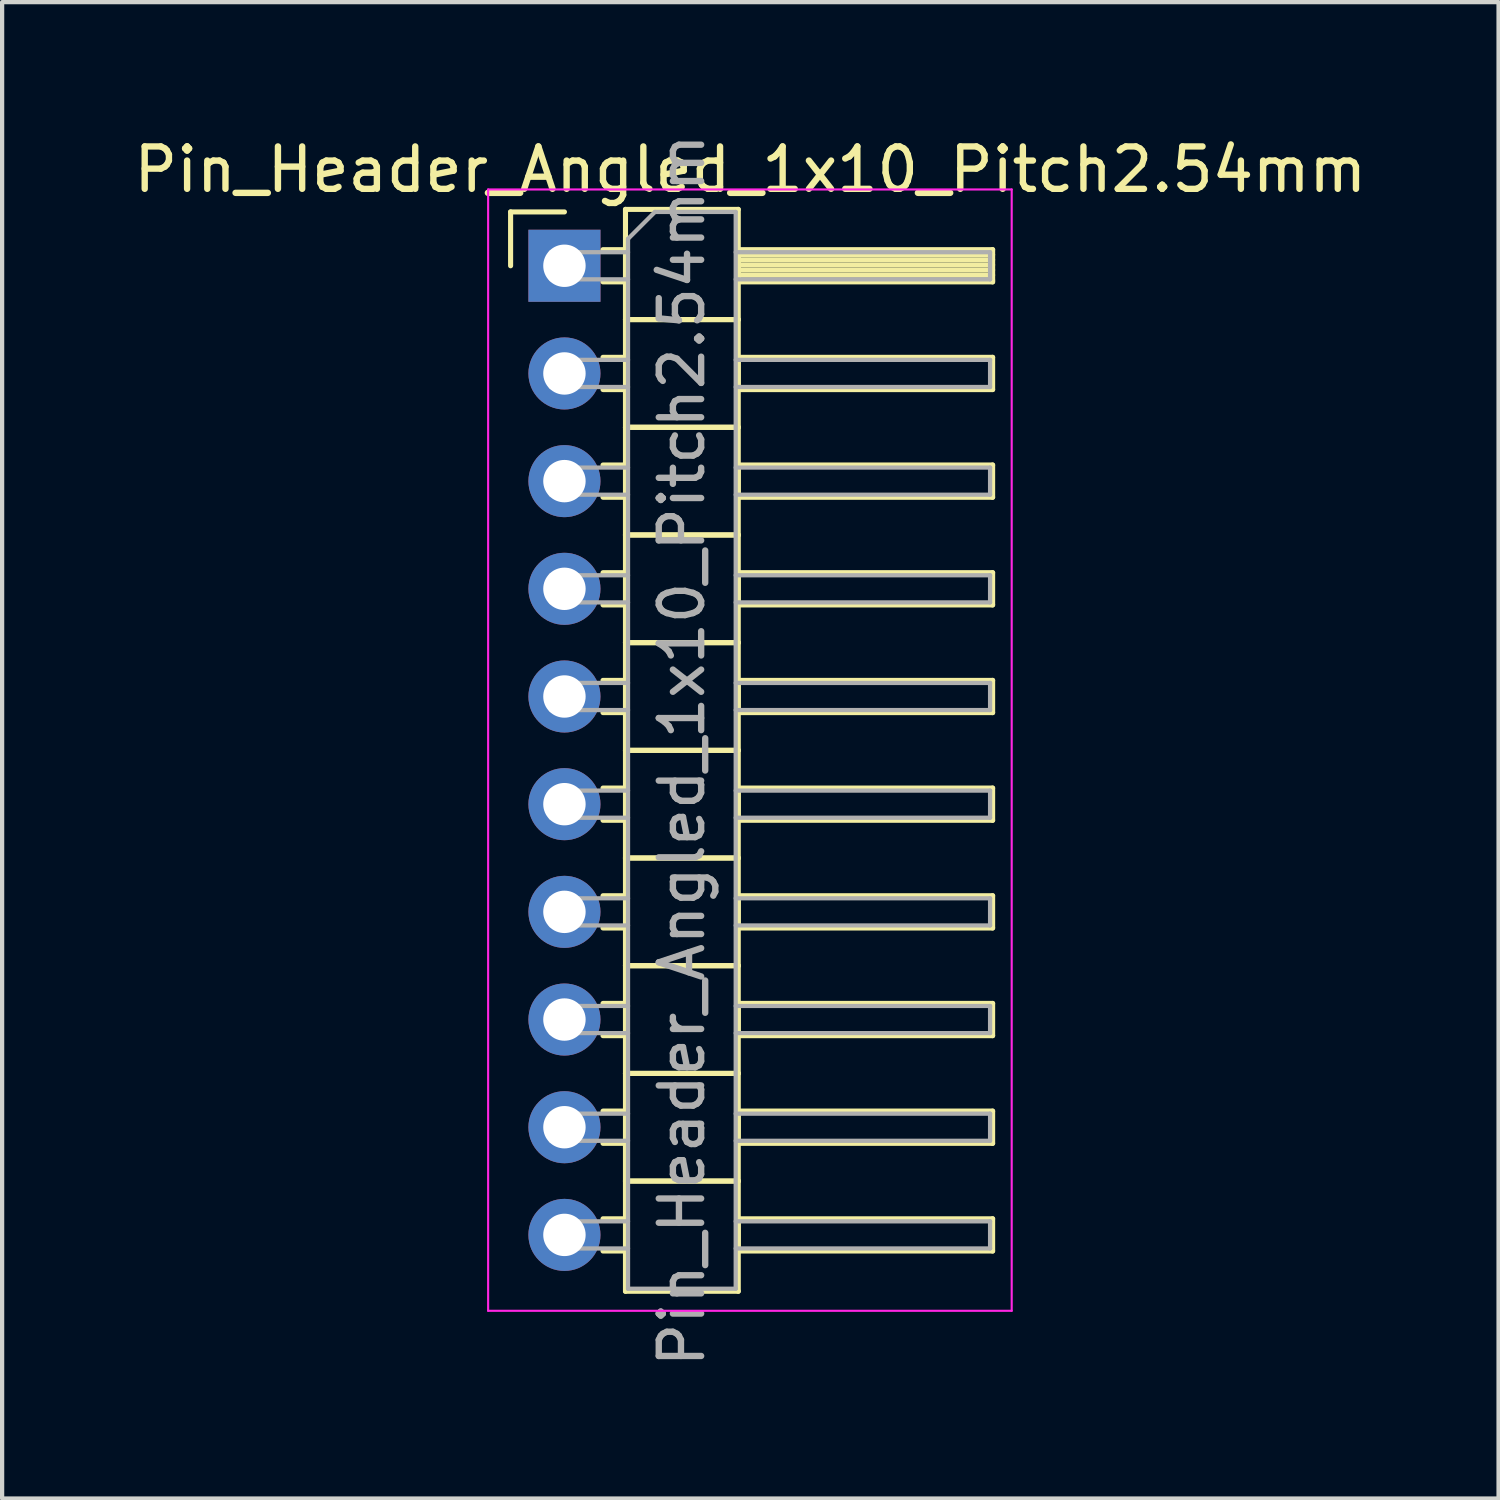
<source format=kicad_pcb>
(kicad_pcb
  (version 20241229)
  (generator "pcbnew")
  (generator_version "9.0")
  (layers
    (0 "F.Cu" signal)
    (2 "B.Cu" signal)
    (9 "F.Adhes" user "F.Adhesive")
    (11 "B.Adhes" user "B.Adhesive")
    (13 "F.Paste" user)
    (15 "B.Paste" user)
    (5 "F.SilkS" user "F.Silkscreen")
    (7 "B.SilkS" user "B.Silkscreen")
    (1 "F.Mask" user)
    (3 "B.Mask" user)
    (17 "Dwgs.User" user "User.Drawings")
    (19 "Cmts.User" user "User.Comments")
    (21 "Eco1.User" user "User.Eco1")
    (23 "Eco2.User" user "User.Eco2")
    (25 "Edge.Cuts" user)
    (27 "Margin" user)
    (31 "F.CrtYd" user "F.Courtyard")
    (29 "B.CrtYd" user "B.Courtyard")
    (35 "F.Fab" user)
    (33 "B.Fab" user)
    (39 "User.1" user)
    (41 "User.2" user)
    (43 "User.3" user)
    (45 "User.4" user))
  (footprint "Pin_Header_Angled_1x10_Pitch2.54mm"
    (layer "F.Cu")
    (at 10.264 3.219)
    (property "Reference" "Pin_Header_Angled_1x10_Pitch2.54mm" (at 4.385 -2.27 0) (layer "F.SilkS") (effects (font (size 1 1) (thickness 0.15))))
    (attr through_hole)
    (fp_line (start -1.27 -1.27) (end 0 -1.27) (stroke (width 0.12) (type solid)) (layer "F.SilkS"))
    (fp_line (start -1.27 0) (end -1.27 -1.27) (stroke (width 0.12) (type solid)) (layer "F.SilkS"))
    (fp_line (start 0.91 -0.38) (end 1.44 -0.38) (stroke (width 0.12) (type solid)) (layer "F.SilkS"))
    (fp_line (start 0.91 0.38) (end 1.44 0.38) (stroke (width 0.12) (type solid)) (layer "F.SilkS"))
    (fp_line (start 0.91 2.16) (end 1.44 2.16) (stroke (width 0.12) (type solid)) (layer "F.SilkS"))
    (fp_line (start 0.91 2.92) (end 1.44 2.92) (stroke (width 0.12) (type solid)) (layer "F.SilkS"))
    (fp_line (start 0.91 4.7) (end 1.44 4.7) (stroke (width 0.12) (type solid)) (layer "F.SilkS"))
    (fp_line (start 0.91 5.46) (end 1.44 5.46) (stroke (width 0.12) (type solid)) (layer "F.SilkS"))
    (fp_line (start 0.91 7.24) (end 1.44 7.24) (stroke (width 0.12) (type solid)) (layer "F.SilkS"))
    (fp_line (start 0.91 8) (end 1.44 8) (stroke (width 0.12) (type solid)) (layer "F.SilkS"))
    (fp_line (start 0.91 9.78) (end 1.44 9.78) (stroke (width 0.12) (type solid)) (layer "F.SilkS"))
    (fp_line (start 0.91 10.54) (end 1.44 10.54) (stroke (width 0.12) (type solid)) (layer "F.SilkS"))
    (fp_line (start 0.91 12.32) (end 1.44 12.32) (stroke (width 0.12) (type solid)) (layer "F.SilkS"))
    (fp_line (start 0.91 13.08) (end 1.44 13.08) (stroke (width 0.12) (type solid)) (layer "F.SilkS"))
    (fp_line (start 0.91 14.86) (end 1.44 14.86) (stroke (width 0.12) (type solid)) (layer "F.SilkS"))
    (fp_line (start 0.91 15.62) (end 1.44 15.62) (stroke (width 0.12) (type solid)) (layer "F.SilkS"))
    (fp_line (start 0.91 17.4) (end 1.44 17.4) (stroke (width 0.12) (type solid)) (layer "F.SilkS"))
    (fp_line (start 0.91 18.16) (end 1.44 18.16) (stroke (width 0.12) (type solid)) (layer "F.SilkS"))
    (fp_line (start 0.91 19.94) (end 1.44 19.94) (stroke (width 0.12) (type solid)) (layer "F.SilkS"))
    (fp_line (start 0.91 20.7) (end 1.44 20.7) (stroke (width 0.12) (type solid)) (layer "F.SilkS"))
    (fp_line (start 0.91 22.48) (end 1.44 22.48) (stroke (width 0.12) (type solid)) (layer "F.SilkS"))
    (fp_line (start 0.91 23.24) (end 1.44 23.24) (stroke (width 0.12) (type solid)) (layer "F.SilkS"))
    (fp_line (start 1.44 -1.33) (end 1.44 1.27) (stroke (width 0.12) (type solid)) (layer "F.SilkS"))
    (fp_line (start 1.44 1.27) (end 1.44 3.81) (stroke (width 0.12) (type solid)) (layer "F.SilkS"))
    (fp_line (start 1.44 1.27) (end 4.1 1.27) (stroke (width 0.12) (type solid)) (layer "F.SilkS"))
    (fp_line (start 1.44 3.81) (end 1.44 6.35) (stroke (width 0.12) (type solid)) (layer "F.SilkS"))
    (fp_line (start 1.44 3.81) (end 4.1 3.81) (stroke (width 0.12) (type solid)) (layer "F.SilkS"))
    (fp_line (start 1.44 6.35) (end 1.44 8.89) (stroke (width 0.12) (type solid)) (layer "F.SilkS"))
    (fp_line (start 1.44 6.35) (end 4.1 6.35) (stroke (width 0.12) (type solid)) (layer "F.SilkS"))
    (fp_line (start 1.44 8.89) (end 1.44 11.43) (stroke (width 0.12) (type solid)) (layer "F.SilkS"))
    (fp_line (start 1.44 8.89) (end 4.1 8.89) (stroke (width 0.12) (type solid)) (layer "F.SilkS"))
    (fp_line (start 1.44 11.43) (end 1.44 13.97) (stroke (width 0.12) (type solid)) (layer "F.SilkS"))
    (fp_line (start 1.44 11.43) (end 4.1 11.43) (stroke (width 0.12) (type solid)) (layer "F.SilkS"))
    (fp_line (start 1.44 13.97) (end 1.44 16.51) (stroke (width 0.12) (type solid)) (layer "F.SilkS"))
    (fp_line (start 1.44 13.97) (end 4.1 13.97) (stroke (width 0.12) (type solid)) (layer "F.SilkS"))
    (fp_line (start 1.44 16.51) (end 1.44 19.05) (stroke (width 0.12) (type solid)) (layer "F.SilkS"))
    (fp_line (start 1.44 16.51) (end 4.1 16.51) (stroke (width 0.12) (type solid)) (layer "F.SilkS"))
    (fp_line (start 1.44 19.05) (end 1.44 21.59) (stroke (width 0.12) (type solid)) (layer "F.SilkS"))
    (fp_line (start 1.44 19.05) (end 4.1 19.05) (stroke (width 0.12) (type solid)) (layer "F.SilkS"))
    (fp_line (start 1.44 21.59) (end 1.44 24.19) (stroke (width 0.12) (type solid)) (layer "F.SilkS"))
    (fp_line (start 1.44 21.59) (end 4.1 21.59) (stroke (width 0.12) (type solid)) (layer "F.SilkS"))
    (fp_line (start 1.44 24.19) (end 4.1 24.19) (stroke (width 0.12) (type solid)) (layer "F.SilkS"))
    (fp_line (start 4.1 -1.33) (end 1.44 -1.33) (stroke (width 0.12) (type solid)) (layer "F.SilkS"))
    (fp_line (start 4.1 -0.38) (end 4.1 0.38) (stroke (width 0.12) (type solid)) (layer "F.SilkS"))
    (fp_line (start 4.1 -0.26) (end 10.1 -0.26) (stroke (width 0.12) (type solid)) (layer "F.SilkS"))
    (fp_line (start 4.1 -0.14) (end 10.1 -0.14) (stroke (width 0.12) (type solid)) (layer "F.SilkS"))
    (fp_line (start 4.1 -0.02) (end 10.1 -0.02) (stroke (width 0.12) (type solid)) (layer "F.SilkS"))
    (fp_line (start 4.1 0.1) (end 10.1 0.1) (stroke (width 0.12) (type solid)) (layer "F.SilkS"))
    (fp_line (start 4.1 0.22) (end 10.1 0.22) (stroke (width 0.12) (type solid)) (layer "F.SilkS"))
    (fp_line (start 4.1 0.34) (end 10.1 0.34) (stroke (width 0.12) (type solid)) (layer "F.SilkS"))
    (fp_line (start 4.1 0.38) (end 10.1 0.38) (stroke (width 0.12) (type solid)) (layer "F.SilkS"))
    (fp_line (start 4.1 1.27) (end 1.44 1.27) (stroke (width 0.12) (type solid)) (layer "F.SilkS"))
    (fp_line (start 4.1 1.27) (end 4.1 -1.33) (stroke (width 0.12) (type solid)) (layer "F.SilkS"))
    (fp_line (start 4.1 2.16) (end 4.1 2.92) (stroke (width 0.12) (type solid)) (layer "F.SilkS"))
    (fp_line (start 4.1 2.92) (end 10.1 2.92) (stroke (width 0.12) (type solid)) (layer "F.SilkS"))
    (fp_line (start 4.1 3.81) (end 1.44 3.81) (stroke (width 0.12) (type solid)) (layer "F.SilkS"))
    (fp_line (start 4.1 3.81) (end 4.1 1.27) (stroke (width 0.12) (type solid)) (layer "F.SilkS"))
    (fp_line (start 4.1 4.7) (end 4.1 5.46) (stroke (width 0.12) (type solid)) (layer "F.SilkS"))
    (fp_line (start 4.1 5.46) (end 10.1 5.46) (stroke (width 0.12) (type solid)) (layer "F.SilkS"))
    (fp_line (start 4.1 6.35) (end 1.44 6.35) (stroke (width 0.12) (type solid)) (layer "F.SilkS"))
    (fp_line (start 4.1 6.35) (end 4.1 3.81) (stroke (width 0.12) (type solid)) (layer "F.SilkS"))
    (fp_line (start 4.1 7.24) (end 4.1 8) (stroke (width 0.12) (type solid)) (layer "F.SilkS"))
    (fp_line (start 4.1 8) (end 10.1 8) (stroke (width 0.12) (type solid)) (layer "F.SilkS"))
    (fp_line (start 4.1 8.89) (end 1.44 8.89) (stroke (width 0.12) (type solid)) (layer "F.SilkS"))
    (fp_line (start 4.1 8.89) (end 4.1 6.35) (stroke (width 0.12) (type solid)) (layer "F.SilkS"))
    (fp_line (start 4.1 9.78) (end 4.1 10.54) (stroke (width 0.12) (type solid)) (layer "F.SilkS"))
    (fp_line (start 4.1 10.54) (end 10.1 10.54) (stroke (width 0.12) (type solid)) (layer "F.SilkS"))
    (fp_line (start 4.1 11.43) (end 1.44 11.43) (stroke (width 0.12) (type solid)) (layer "F.SilkS"))
    (fp_line (start 4.1 11.43) (end 4.1 8.89) (stroke (width 0.12) (type solid)) (layer "F.SilkS"))
    (fp_line (start 4.1 12.32) (end 4.1 13.08) (stroke (width 0.12) (type solid)) (layer "F.SilkS"))
    (fp_line (start 4.1 13.08) (end 10.1 13.08) (stroke (width 0.12) (type solid)) (layer "F.SilkS"))
    (fp_line (start 4.1 13.97) (end 1.44 13.97) (stroke (width 0.12) (type solid)) (layer "F.SilkS"))
    (fp_line (start 4.1 13.97) (end 4.1 11.43) (stroke (width 0.12) (type solid)) (layer "F.SilkS"))
    (fp_line (start 4.1 14.86) (end 4.1 15.62) (stroke (width 0.12) (type solid)) (layer "F.SilkS"))
    (fp_line (start 4.1 15.62) (end 10.1 15.62) (stroke (width 0.12) (type solid)) (layer "F.SilkS"))
    (fp_line (start 4.1 16.51) (end 1.44 16.51) (stroke (width 0.12) (type solid)) (layer "F.SilkS"))
    (fp_line (start 4.1 16.51) (end 4.1 13.97) (stroke (width 0.12) (type solid)) (layer "F.SilkS"))
    (fp_line (start 4.1 17.4) (end 4.1 18.16) (stroke (width 0.12) (type solid)) (layer "F.SilkS"))
    (fp_line (start 4.1 18.16) (end 10.1 18.16) (stroke (width 0.12) (type solid)) (layer "F.SilkS"))
    (fp_line (start 4.1 19.05) (end 1.44 19.05) (stroke (width 0.12) (type solid)) (layer "F.SilkS"))
    (fp_line (start 4.1 19.05) (end 4.1 16.51) (stroke (width 0.12) (type solid)) (layer "F.SilkS"))
    (fp_line (start 4.1 19.94) (end 4.1 20.7) (stroke (width 0.12) (type solid)) (layer "F.SilkS"))
    (fp_line (start 4.1 20.7) (end 10.1 20.7) (stroke (width 0.12) (type solid)) (layer "F.SilkS"))
    (fp_line (start 4.1 21.59) (end 1.44 21.59) (stroke (width 0.12) (type solid)) (layer "F.SilkS"))
    (fp_line (start 4.1 21.59) (end 4.1 19.05) (stroke (width 0.12) (type solid)) (layer "F.SilkS"))
    (fp_line (start 4.1 22.48) (end 4.1 23.24) (stroke (width 0.12) (type solid)) (layer "F.SilkS"))
    (fp_line (start 4.1 23.24) (end 10.1 23.24) (stroke (width 0.12) (type solid)) (layer "F.SilkS"))
    (fp_line (start 4.1 24.19) (end 4.1 21.59) (stroke (width 0.12) (type solid)) (layer "F.SilkS"))
    (fp_line (start 10.1 -0.38) (end 4.1 -0.38) (stroke (width 0.12) (type solid)) (layer "F.SilkS"))
    (fp_line (start 10.1 0.38) (end 10.1 -0.38) (stroke (width 0.12) (type solid)) (layer "F.SilkS"))
    (fp_line (start 10.1 2.16) (end 4.1 2.16) (stroke (width 0.12) (type solid)) (layer "F.SilkS"))
    (fp_line (start 10.1 2.92) (end 10.1 2.16) (stroke (width 0.12) (type solid)) (layer "F.SilkS"))
    (fp_line (start 10.1 4.7) (end 4.1 4.7) (stroke (width 0.12) (type solid)) (layer "F.SilkS"))
    (fp_line (start 10.1 5.46) (end 10.1 4.7) (stroke (width 0.12) (type solid)) (layer "F.SilkS"))
    (fp_line (start 10.1 7.24) (end 4.1 7.24) (stroke (width 0.12) (type solid)) (layer "F.SilkS"))
    (fp_line (start 10.1 8) (end 10.1 7.24) (stroke (width 0.12) (type solid)) (layer "F.SilkS"))
    (fp_line (start 10.1 9.78) (end 4.1 9.78) (stroke (width 0.12) (type solid)) (layer "F.SilkS"))
    (fp_line (start 10.1 10.54) (end 10.1 9.78) (stroke (width 0.12) (type solid)) (layer "F.SilkS"))
    (fp_line (start 10.1 12.32) (end 4.1 12.32) (stroke (width 0.12) (type solid)) (layer "F.SilkS"))
    (fp_line (start 10.1 13.08) (end 10.1 12.32) (stroke (width 0.12) (type solid)) (layer "F.SilkS"))
    (fp_line (start 10.1 14.86) (end 4.1 14.86) (stroke (width 0.12) (type solid)) (layer "F.SilkS"))
    (fp_line (start 10.1 15.62) (end 10.1 14.86) (stroke (width 0.12) (type solid)) (layer "F.SilkS"))
    (fp_line (start 10.1 17.4) (end 4.1 17.4) (stroke (width 0.12) (type solid)) (layer "F.SilkS"))
    (fp_line (start 10.1 18.16) (end 10.1 17.4) (stroke (width 0.12) (type solid)) (layer "F.SilkS"))
    (fp_line (start 10.1 19.94) (end 4.1 19.94) (stroke (width 0.12) (type solid)) (layer "F.SilkS"))
    (fp_line (start 10.1 20.7) (end 10.1 19.94) (stroke (width 0.12) (type solid)) (layer "F.SilkS"))
    (fp_line (start 10.1 22.48) (end 4.1 22.48) (stroke (width 0.12) (type solid)) (layer "F.SilkS"))
    (fp_line (start 10.1 23.24) (end 10.1 22.48) (stroke (width 0.12) (type solid)) (layer "F.SilkS"))
    (fp_line (start -1.8 -1.8) (end -1.8 24.65) (stroke (width 0.05) (type solid)) (layer "F.CrtYd"))
    (fp_line (start -1.8 24.65) (end 10.55 24.65) (stroke (width 0.05) (type solid)) (layer "F.CrtYd"))
    (fp_line (start 10.55 -1.8) (end -1.8 -1.8) (stroke (width 0.05) (type solid)) (layer "F.CrtYd"))
    (fp_line (start 10.55 24.65) (end 10.55 -1.8) (stroke (width 0.05) (type solid)) (layer "F.CrtYd"))
    (fp_line (start -0.32 -0.32) (end -0.32 0.32) (stroke (width 0.1) (type solid)) (layer "F.Fab"))
    (fp_line (start -0.32 -0.32) (end 1.5 -0.32) (stroke (width 0.1) (type solid)) (layer "F.Fab"))
    (fp_line (start -0.32 0.32) (end 1.5 0.32) (stroke (width 0.1) (type solid)) (layer "F.Fab"))
    (fp_line (start -0.32 2.22) (end -0.32 2.86) (stroke (width 0.1) (type solid)) (layer "F.Fab"))
    (fp_line (start -0.32 2.22) (end 1.5 2.22) (stroke (width 0.1) (type solid)) (layer "F.Fab"))
    (fp_line (start -0.32 2.86) (end 1.5 2.86) (stroke (width 0.1) (type solid)) (layer "F.Fab"))
    (fp_line (start -0.32 4.76) (end -0.32 5.4) (stroke (width 0.1) (type solid)) (layer "F.Fab"))
    (fp_line (start -0.32 4.76) (end 1.5 4.76) (stroke (width 0.1) (type solid)) (layer "F.Fab"))
    (fp_line (start -0.32 5.4) (end 1.5 5.4) (stroke (width 0.1) (type solid)) (layer "F.Fab"))
    (fp_line (start -0.32 7.3) (end -0.32 7.94) (stroke (width 0.1) (type solid)) (layer "F.Fab"))
    (fp_line (start -0.32 7.3) (end 1.5 7.3) (stroke (width 0.1) (type solid)) (layer "F.Fab"))
    (fp_line (start -0.32 7.94) (end 1.5 7.94) (stroke (width 0.1) (type solid)) (layer "F.Fab"))
    (fp_line (start -0.32 9.84) (end -0.32 10.48) (stroke (width 0.1) (type solid)) (layer "F.Fab"))
    (fp_line (start -0.32 9.84) (end 1.5 9.84) (stroke (width 0.1) (type solid)) (layer "F.Fab"))
    (fp_line (start -0.32 10.48) (end 1.5 10.48) (stroke (width 0.1) (type solid)) (layer "F.Fab"))
    (fp_line (start -0.32 12.38) (end -0.32 13.02) (stroke (width 0.1) (type solid)) (layer "F.Fab"))
    (fp_line (start -0.32 12.38) (end 1.5 12.38) (stroke (width 0.1) (type solid)) (layer "F.Fab"))
    (fp_line (start -0.32 13.02) (end 1.5 13.02) (stroke (width 0.1) (type solid)) (layer "F.Fab"))
    (fp_line (start -0.32 14.92) (end -0.32 15.56) (stroke (width 0.1) (type solid)) (layer "F.Fab"))
    (fp_line (start -0.32 14.92) (end 1.5 14.92) (stroke (width 0.1) (type solid)) (layer "F.Fab"))
    (fp_line (start -0.32 15.56) (end 1.5 15.56) (stroke (width 0.1) (type solid)) (layer "F.Fab"))
    (fp_line (start -0.32 17.46) (end -0.32 18.1) (stroke (width 0.1) (type solid)) (layer "F.Fab"))
    (fp_line (start -0.32 17.46) (end 1.5 17.46) (stroke (width 0.1) (type solid)) (layer "F.Fab"))
    (fp_line (start -0.32 18.1) (end 1.5 18.1) (stroke (width 0.1) (type solid)) (layer "F.Fab"))
    (fp_line (start -0.32 20) (end -0.32 20.64) (stroke (width 0.1) (type solid)) (layer "F.Fab"))
    (fp_line (start -0.32 20) (end 1.5 20) (stroke (width 0.1) (type solid)) (layer "F.Fab"))
    (fp_line (start -0.32 20.64) (end 1.5 20.64) (stroke (width 0.1) (type solid)) (layer "F.Fab"))
    (fp_line (start -0.32 22.54) (end -0.32 23.18) (stroke (width 0.1) (type solid)) (layer "F.Fab"))
    (fp_line (start -0.32 22.54) (end 1.5 22.54) (stroke (width 0.1) (type solid)) (layer "F.Fab"))
    (fp_line (start -0.32 23.18) (end 1.5 23.18) (stroke (width 0.1) (type solid)) (layer "F.Fab"))
    (fp_line (start 1.5 -0.635) (end 2.135 -1.27) (stroke (width 0.1) (type solid)) (layer "F.Fab"))
    (fp_line (start 1.5 24.13) (end 1.5 -0.635) (stroke (width 0.1) (type solid)) (layer "F.Fab"))
    (fp_line (start 2.135 -1.27) (end 4.04 -1.27) (stroke (width 0.1) (type solid)) (layer "F.Fab"))
    (fp_line (start 4.04 -1.27) (end 4.04 24.13) (stroke (width 0.1) (type solid)) (layer "F.Fab"))
    (fp_line (start 4.04 -0.32) (end 10.04 -0.32) (stroke (width 0.1) (type solid)) (layer "F.Fab"))
    (fp_line (start 4.04 0.32) (end 10.04 0.32) (stroke (width 0.1) (type solid)) (layer "F.Fab"))
    (fp_line (start 4.04 2.22) (end 10.04 2.22) (stroke (width 0.1) (type solid)) (layer "F.Fab"))
    (fp_line (start 4.04 2.86) (end 10.04 2.86) (stroke (width 0.1) (type solid)) (layer "F.Fab"))
    (fp_line (start 4.04 4.76) (end 10.04 4.76) (stroke (width 0.1) (type solid)) (layer "F.Fab"))
    (fp_line (start 4.04 5.4) (end 10.04 5.4) (stroke (width 0.1) (type solid)) (layer "F.Fab"))
    (fp_line (start 4.04 7.3) (end 10.04 7.3) (stroke (width 0.1) (type solid)) (layer "F.Fab"))
    (fp_line (start 4.04 7.94) (end 10.04 7.94) (stroke (width 0.1) (type solid)) (layer "F.Fab"))
    (fp_line (start 4.04 9.84) (end 10.04 9.84) (stroke (width 0.1) (type solid)) (layer "F.Fab"))
    (fp_line (start 4.04 10.48) (end 10.04 10.48) (stroke (width 0.1) (type solid)) (layer "F.Fab"))
    (fp_line (start 4.04 12.38) (end 10.04 12.38) (stroke (width 0.1) (type solid)) (layer "F.Fab"))
    (fp_line (start 4.04 13.02) (end 10.04 13.02) (stroke (width 0.1) (type solid)) (layer "F.Fab"))
    (fp_line (start 4.04 14.92) (end 10.04 14.92) (stroke (width 0.1) (type solid)) (layer "F.Fab"))
    (fp_line (start 4.04 15.56) (end 10.04 15.56) (stroke (width 0.1) (type solid)) (layer "F.Fab"))
    (fp_line (start 4.04 17.46) (end 10.04 17.46) (stroke (width 0.1) (type solid)) (layer "F.Fab"))
    (fp_line (start 4.04 18.1) (end 10.04 18.1) (stroke (width 0.1) (type solid)) (layer "F.Fab"))
    (fp_line (start 4.04 20) (end 10.04 20) (stroke (width 0.1) (type solid)) (layer "F.Fab"))
    (fp_line (start 4.04 20.64) (end 10.04 20.64) (stroke (width 0.1) (type solid)) (layer "F.Fab"))
    (fp_line (start 4.04 22.54) (end 10.04 22.54) (stroke (width 0.1) (type solid)) (layer "F.Fab"))
    (fp_line (start 4.04 23.18) (end 10.04 23.18) (stroke (width 0.1) (type solid)) (layer "F.Fab"))
    (fp_line (start 4.04 24.13) (end 1.5 24.13) (stroke (width 0.1) (type solid)) (layer "F.Fab"))
    (fp_line (start 10.04 -0.32) (end 10.04 0.32) (stroke (width 0.1) (type solid)) (layer "F.Fab"))
    (fp_line (start 10.04 2.22) (end 10.04 2.86) (stroke (width 0.1) (type solid)) (layer "F.Fab"))
    (fp_line (start 10.04 4.76) (end 10.04 5.4) (stroke (width 0.1) (type solid)) (layer "F.Fab"))
    (fp_line (start 10.04 7.3) (end 10.04 7.94) (stroke (width 0.1) (type solid)) (layer "F.Fab"))
    (fp_line (start 10.04 9.84) (end 10.04 10.48) (stroke (width 0.1) (type solid)) (layer "F.Fab"))
    (fp_line (start 10.04 12.38) (end 10.04 13.02) (stroke (width 0.1) (type solid)) (layer "F.Fab"))
    (fp_line (start 10.04 14.92) (end 10.04 15.56) (stroke (width 0.1) (type solid)) (layer "F.Fab"))
    (fp_line (start 10.04 17.46) (end 10.04 18.1) (stroke (width 0.1) (type solid)) (layer "F.Fab"))
    (fp_line (start 10.04 20) (end 10.04 20.64) (stroke (width 0.1) (type solid)) (layer "F.Fab"))
    (fp_line (start 10.04 22.54) (end 10.04 23.18) (stroke (width 0.1) (type solid)) (layer "F.Fab"))
    (fp_text user "${REFERENCE}" (at 2.77 11.43 90) (layer "F.Fab") (effects (font (size 1 1) (thickness 0.15))))
    (pad "1" thru_hole rect (at 0 0) (size 1.7 1.7) (drill 1) (layers "*.Cu" "*.Mask"))
    (pad "2" thru_hole oval (at 0 2.54) (size 1.7 1.7) (drill 1) (layers "*.Cu" "*.Mask"))
    (pad "3" thru_hole oval (at 0 5.08) (size 1.7 1.7) (drill 1) (layers "*.Cu" "*.Mask"))
    (pad "4" thru_hole oval (at 0 7.62) (size 1.7 1.7) (drill 1) (layers "*.Cu" "*.Mask"))
    (pad "5" thru_hole oval (at 0 10.16) (size 1.7 1.7) (drill 1) (layers "*.Cu" "*.Mask"))
    (pad "6" thru_hole oval (at 0 12.7) (size 1.7 1.7) (drill 1) (layers "*.Cu" "*.Mask"))
    (pad "7" thru_hole oval (at 0 15.24) (size 1.7 1.7) (drill 1) (layers "*.Cu" "*.Mask"))
    (pad "8" thru_hole oval (at 0 17.78) (size 1.7 1.7) (drill 1) (layers "*.Cu" "*.Mask"))
    (pad "9" thru_hole oval (at 0 20.32) (size 1.7 1.7) (drill 1) (layers "*.Cu" "*.Mask"))
    (pad "10" thru_hole oval (at 0 22.86) (size 1.7 1.7) (drill 1) (layers "*.Cu" "*.Mask")))
  (gr_rect
    (start -3 -3)
    (end 32.298 32.298)
    (stroke (width 0.1) (type default))
    (fill no)
    (layer "Edge.Cuts")))
</source>
